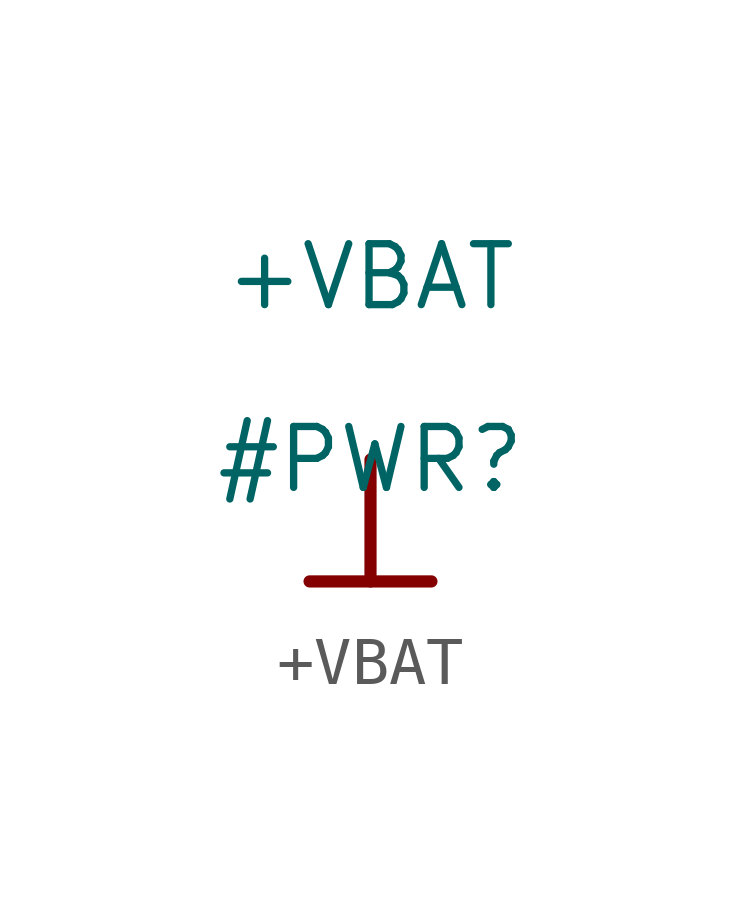
<source format=kicad_sym>
(kicad_symbol_lib
  (version 20211014)
  (generator kicad_symbol_editor)
  (symbol "+VBAT"
    (power)
    (property "Reference" "#PWR"
      (at 0 0 0)
      (effects (font (size 1.27 1.27))))
    (property "Value" "+VBAT"
      (at 0 3.81 0)
      (effects (font (size 1.27 1.27))))
    (symbol "+VBAT_0_0"
      (polyline (pts (xy -1.27 -2.54) (xy 1.27 -2.54)) (stroke (width 0.254) (type default) (color 0 0 0 0)) (fill (type none)))
      (polyline (pts (xy 0 0) (xy 0 -2.54)) (stroke (width 0.254) (type default) (color 0 0 0 0)) (fill (type none)))
      (pin power_in line (at 0 0 0) (length 0) hide (name "+VBAT" (effects (font (size 1.27 1.27)))) (number "" (effects (font (size 1.27 1.27))))))))
</source>
